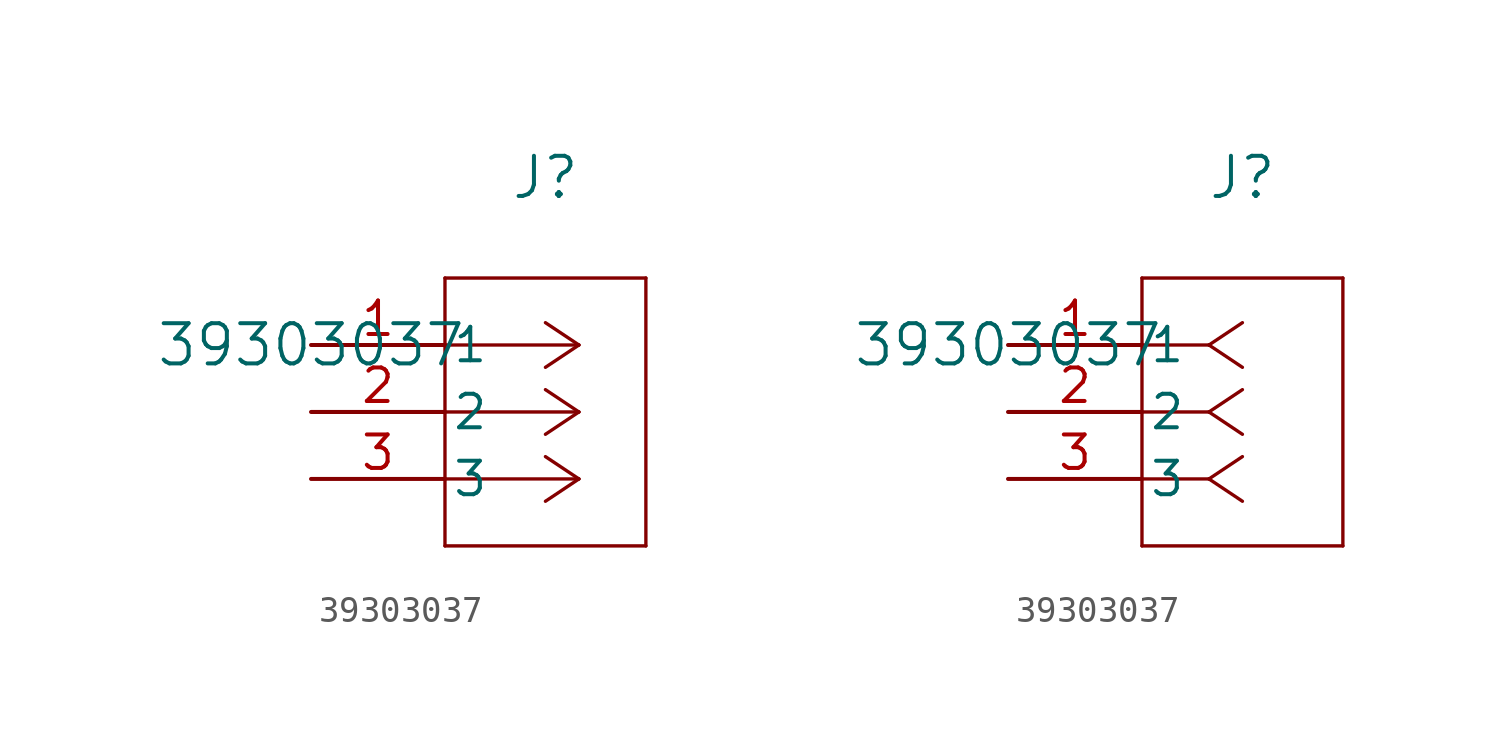
<source format=kicad_sym>
(kicad_symbol_lib
  (version 20211014)
  (generator kicad_symbol_editor)
  (symbol "39303037"
    (pin_names
      (offset 0.254))
    (property "Reference" "J"
      (at 8.89 6.35 0)
      (effects (font (size 1.524 1.524))))
    (property "Value" "39303037"
      (at 0 0 0)
      (effects (font (size 1.524 1.524))))
    (symbol "39303037_1_1"
      (polyline (pts (xy 10.16 0) (xy 5.08 0)) (stroke (width 0.127) (type default) (color 0 0 0 0)) (fill (type none)))
      (polyline (pts (xy 10.16 -2.54) (xy 5.08 -2.54)) (stroke (width 0.127) (type default) (color 0 0 0 0)) (fill (type none)))
      (polyline (pts (xy 10.16 -5.08) (xy 5.08 -5.08)) (stroke (width 0.127) (type default) (color 0 0 0 0)) (fill (type none)))
      (polyline (pts (xy 10.16 0) (xy 8.89 0.847)) (stroke (width 0.127) (type default) (color 0 0 0 0)) (fill (type none)))
      (polyline (pts (xy 10.16 -2.54) (xy 8.89 -1.693)) (stroke (width 0.127) (type default) (color 0 0 0 0)) (fill (type none)))
      (polyline (pts (xy 10.16 -5.08) (xy 8.89 -4.233)) (stroke (width 0.127) (type default) (color 0 0 0 0)) (fill (type none)))
      (polyline (pts (xy 10.16 0) (xy 8.89 -0.847)) (stroke (width 0.127) (type default) (color 0 0 0 0)) (fill (type none)))
      (polyline (pts (xy 10.16 -2.54) (xy 8.89 -3.387)) (stroke (width 0.127) (type default) (color 0 0 0 0)) (fill (type none)))
      (polyline (pts (xy 10.16 -5.08) (xy 8.89 -5.927)) (stroke (width 0.127) (type default) (color 0 0 0 0)) (fill (type none)))
      (polyline (pts (xy 5.08 2.54) (xy 5.08 -7.62)) (stroke (width 0.127) (type default) (color 0 0 0 0)) (fill (type none)))
      (polyline (pts (xy 5.08 -7.62) (xy 12.7 -7.62)) (stroke (width 0.127) (type default) (color 0 0 0 0)) (fill (type none)))
      (polyline (pts (xy 12.7 -7.62) (xy 12.7 2.54)) (stroke (width 0.127) (type default) (color 0 0 0 0)) (fill (type none)))
      (polyline (pts (xy 12.7 2.54) (xy 5.08 2.54)) (stroke (width 0.127) (type default) (color 0 0 0 0)) (fill (type none)))
      (pin unspecified line (at 0 0 0) (length 5.08) (name "1" (effects (font (size 1.27 1.27)))) (number "1" (effects (font (size 1.27 1.27)))))
      (pin unspecified line (at 0 -2.54 0) (length 5.08) (name "2" (effects (font (size 1.27 1.27)))) (number "2" (effects (font (size 1.27 1.27)))))
      (pin unspecified line (at 0 -5.08 0) (length 5.08) (name "3" (effects (font (size 1.27 1.27)))) (number "3" (effects (font (size 1.27 1.27))))))
    (symbol "39303037_1_2"
      (polyline (pts (xy 7.62 0) (xy 5.08 0)) (stroke (width 0.127) (type default) (color 0 0 0 0)) (fill (type none)))
      (polyline (pts (xy 7.62 -2.54) (xy 5.08 -2.54)) (stroke (width 0.127) (type default) (color 0 0 0 0)) (fill (type none)))
      (polyline (pts (xy 7.62 -5.08) (xy 5.08 -5.08)) (stroke (width 0.127) (type default) (color 0 0 0 0)) (fill (type none)))
      (polyline (pts (xy 7.62 0) (xy 8.89 0.847)) (stroke (width 0.127) (type default) (color 0 0 0 0)) (fill (type none)))
      (polyline (pts (xy 7.62 -2.54) (xy 8.89 -1.693)) (stroke (width 0.127) (type default) (color 0 0 0 0)) (fill (type none)))
      (polyline (pts (xy 7.62 -5.08) (xy 8.89 -4.233)) (stroke (width 0.127) (type default) (color 0 0 0 0)) (fill (type none)))
      (polyline (pts (xy 7.62 0) (xy 8.89 -0.847)) (stroke (width 0.127) (type default) (color 0 0 0 0)) (fill (type none)))
      (polyline (pts (xy 7.62 -2.54) (xy 8.89 -3.387)) (stroke (width 0.127) (type default) (color 0 0 0 0)) (fill (type none)))
      (polyline (pts (xy 7.62 -5.08) (xy 8.89 -5.927)) (stroke (width 0.127) (type default) (color 0 0 0 0)) (fill (type none)))
      (polyline (pts (xy 5.08 2.54) (xy 5.08 -7.62)) (stroke (width 0.127) (type default) (color 0 0 0 0)) (fill (type none)))
      (polyline (pts (xy 5.08 -7.62) (xy 12.7 -7.62)) (stroke (width 0.127) (type default) (color 0 0 0 0)) (fill (type none)))
      (polyline (pts (xy 12.7 -7.62) (xy 12.7 2.54)) (stroke (width 0.127) (type default) (color 0 0 0 0)) (fill (type none)))
      (polyline (pts (xy 12.7 2.54) (xy 5.08 2.54)) (stroke (width 0.127) (type default) (color 0 0 0 0)) (fill (type none)))
      (pin unspecified line (at 0 0 0) (length 5.08) (name "1" (effects (font (size 1.27 1.27)))) (number "1" (effects (font (size 1.27 1.27)))))
      (pin unspecified line (at 0 -2.54 0) (length 5.08) (name "2" (effects (font (size 1.27 1.27)))) (number "2" (effects (font (size 1.27 1.27)))))
      (pin unspecified line (at 0 -5.08 0) (length 5.08) (name "3" (effects (font (size 1.27 1.27)))) (number "3" (effects (font (size 1.27 1.27))))))))
</source>
